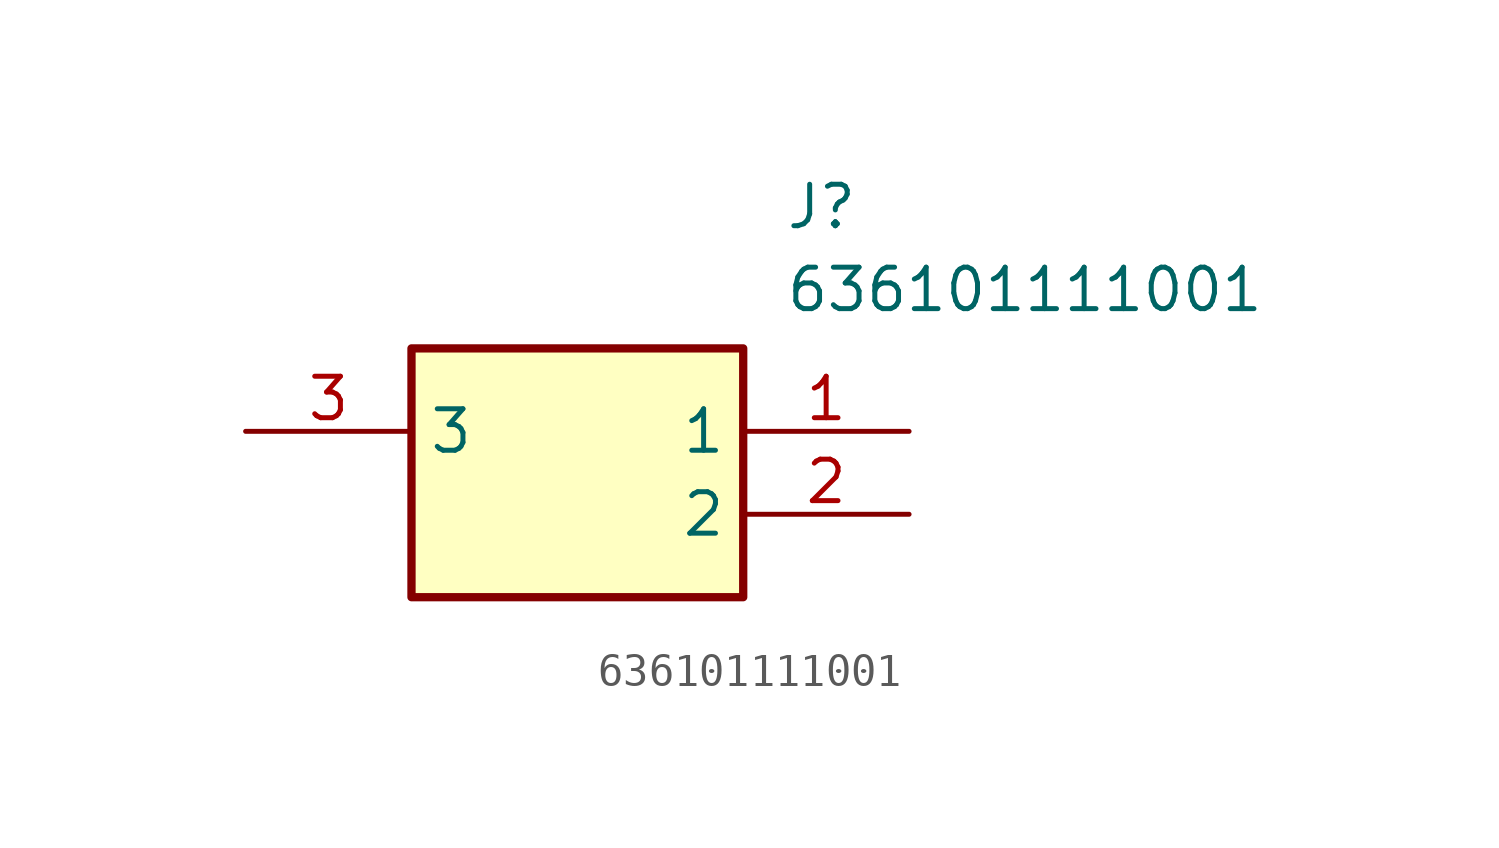
<source format=kicad_sym>
(kicad_symbol_lib
  (version 20211014)
  (generator SamacSys_ECAD_Model)
  (symbol "636101111001"
    (property "Reference" "J"
      (at 16.51 7.62 0)
      (effects (font (size 1.27 1.27)) (justify left top)))
    (property "Value" "636101111001"
      (at 16.51 5.08 0)
      (effects (font (size 1.27 1.27)) (justify left top)))
    (rectangle
      (start 5.08 2.54)
      (end 15.24 -5.08)
      (stroke (width 0.254) (type default))
      (fill (type background)))
    (pin passive line
      (at 20.32 0 180)
      (length 5.08)
      (name "1" (effects (font (size 1.27 1.27))))
      (number "1" (effects (font (size 1.27 1.27)))))
    (pin passive line
      (at 20.32 -2.54 180)
      (length 5.08)
      (name "2" (effects (font (size 1.27 1.27))))
      (number "2" (effects (font (size 1.27 1.27)))))
    (pin passive line
      (at 0 0 0)
      (length 5.08)
      (name "3" (effects (font (size 1.27 1.27))))
      (number "3" (effects (font (size 1.27 1.27)))))))
</source>
